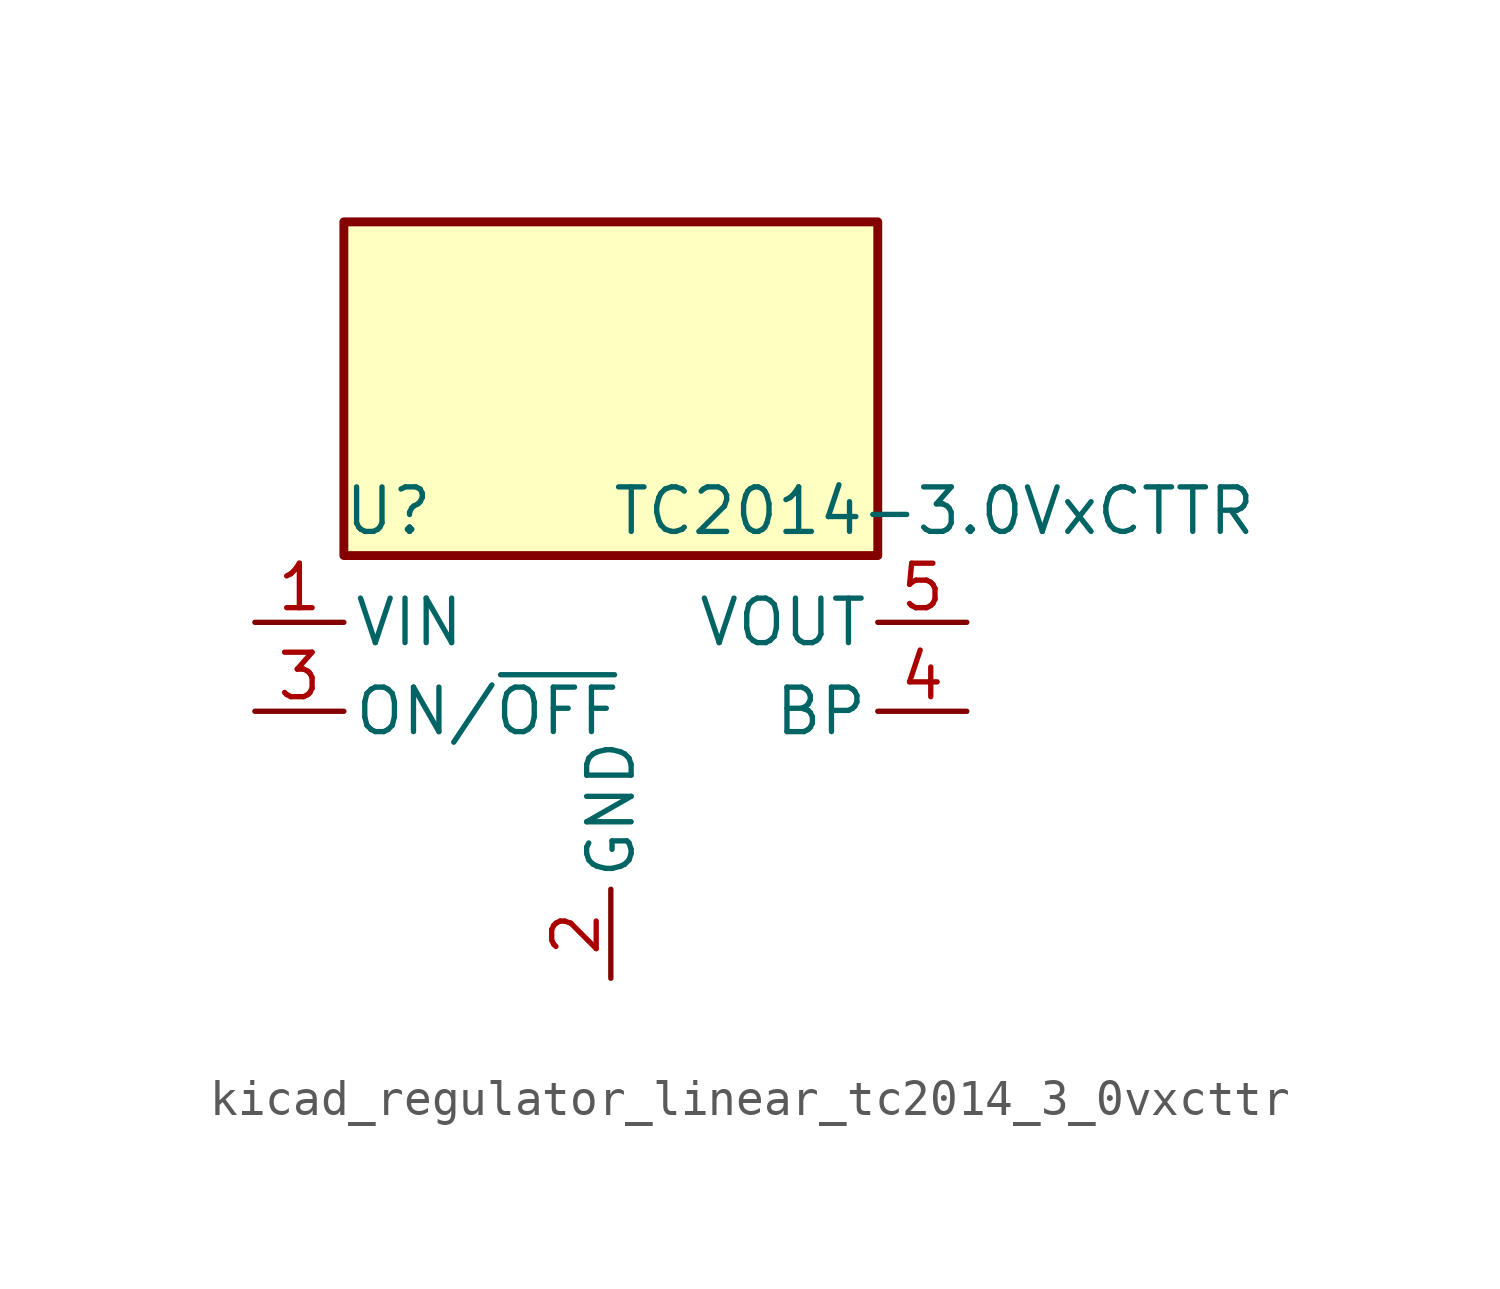
<source format=kicad_sym>
(kicad_symbol_lib
  (version 20220914)
  (generator kicad_symbol_editor)
  (symbol "kicad_regulator_linear_tc2014_3_0vxcttr"
    (pin_names
      (offset 0.254))
    (property "Reference" "U"
      (at -6.35 5.715 0)
      (effects (font (size 1.27 1.27))))
    (property "Value" "TC2014-3.0VxCTTR"
      (at 0 5.715 0)
      (effects (font (size 1.27 1.27)) (justify left)))
    (symbol "kicad_regulator_linear_tc2014_3_0vxcttr_0_1"
      (rectangle (start 7.62 13.97) (end -7.62 4.445) (stroke (width 0.254) (type default)) (fill (type background))))
    (symbol "kicad_regulator_linear_tc2014_3_0vxcttr_1_1"
      (pin power_in line (at -10.16 2.54 0) (length 2.54) (name "VIN" (effects (font (size 1.27 1.27)))) (number "1" (effects (font (size 1.27 1.27)))))
      (pin power_in line (at 0 -7.62 90) (length 2.54) (name "GND" (effects (font (size 1.27 1.27)))) (number "2" (effects (font (size 1.27 1.27)))))
      (pin input line (at -10.16 0 0) (length 2.54) (name "ON/~{OFF}" (effects (font (size 1.27 1.27)))) (number "3" (effects (font (size 1.27 1.27)))))
      (pin input line (at 10.16 0 180) (length 2.54) (name "BP" (effects (font (size 1.27 1.27)))) (number "4" (effects (font (size 1.27 1.27)))))
      (pin power_out line (at 10.16 2.54 180) (length 2.54) (name "VOUT" (effects (font (size 1.27 1.27)))) (number "5" (effects (font (size 1.27 1.27))))))))
</source>
